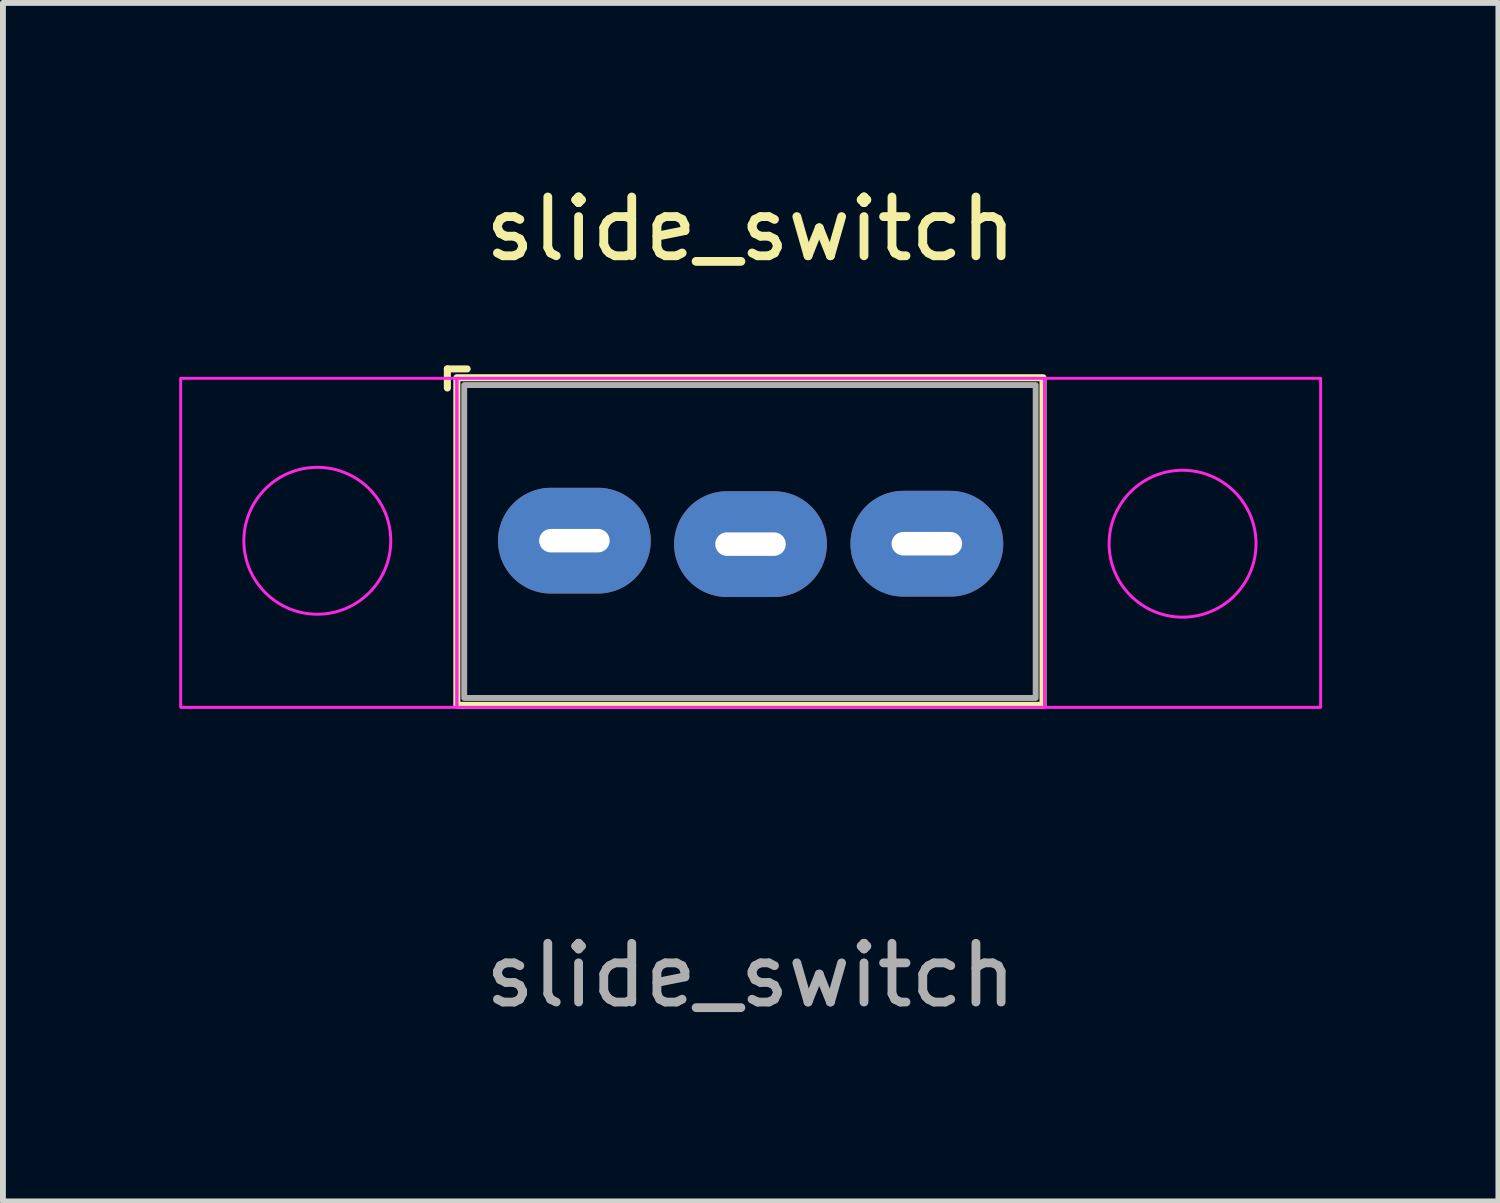
<source format=kicad_pcb>
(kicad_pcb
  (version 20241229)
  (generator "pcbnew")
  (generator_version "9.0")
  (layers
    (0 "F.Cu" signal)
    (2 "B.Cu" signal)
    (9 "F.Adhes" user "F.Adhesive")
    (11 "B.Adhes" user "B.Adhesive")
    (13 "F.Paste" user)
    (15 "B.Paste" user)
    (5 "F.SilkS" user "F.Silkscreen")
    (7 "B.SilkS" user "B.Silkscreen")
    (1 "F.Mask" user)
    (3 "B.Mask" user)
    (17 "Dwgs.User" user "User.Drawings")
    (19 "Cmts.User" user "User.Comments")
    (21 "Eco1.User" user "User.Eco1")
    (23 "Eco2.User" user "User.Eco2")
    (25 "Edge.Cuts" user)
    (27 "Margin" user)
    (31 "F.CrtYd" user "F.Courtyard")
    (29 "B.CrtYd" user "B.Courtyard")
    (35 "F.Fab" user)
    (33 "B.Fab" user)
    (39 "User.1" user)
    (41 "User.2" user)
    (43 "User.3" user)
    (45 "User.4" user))
  (footprint "slide_switch"
    (layer "F.Cu")
    (at 9.725 5.928)
    (property "Reference" "slide_switch" (at 0 -5.08 0) (unlocked yes) (layer "F.SilkS") (effects (font (size 1 1) (thickness 0.15))))
    (attr through_hole)
    (fp_line (start -5.162 -2.7) (end -5.162 -2.375) (stroke (width 0.12) (type solid)) (layer "F.SilkS"))
    (fp_line (start -5.162 -2.7) (end -4.825 -2.7) (stroke (width 0.12) (type solid)) (layer "F.SilkS"))
    (fp_rect (start -5 -2.55) (end 4.975 3.025) (stroke (width 0.12) (type solid)) (fill no) (layer "F.SilkS"))
    (fp_rect (start -9.7 -2.54) (end -5 3.06) (stroke (width 0.05) (type solid)) (fill no) (layer "F.CrtYd"))
    (fp_rect (start -5 -2.54) (end 5 3.06) (stroke (width 0.05) (type solid)) (fill no) (layer "F.CrtYd"))
    (fp_rect (start 5 -2.54) (end 9.7 3.06) (stroke (width 0.05) (type solid)) (fill no) (layer "F.CrtYd"))
    (fp_circle (center -7.375 0.225) (end -6.125 0.225) (stroke (width 0.05) (type solid)) (fill no) (layer "F.CrtYd"))
    (fp_circle (center 7.35 0.275) (end 8.6 0.275) (stroke (width 0.05) (type solid)) (fill no) (layer "F.CrtYd"))
    (fp_rect (start -4.875 -2.425) (end 4.85 2.9) (stroke (width 0.1) (type solid)) (fill no) (layer "F.Fab"))
    (fp_text user "${REFERENCE}" (at 0 7.62 0) (unlocked yes) (layer "F.Fab") (effects (font (size 1 1) (thickness 0.15))))
    (pad "1" thru_hole oval (at -3 0.223) (size 2.6 1.8) (drill oval 1.2 0.4) (layers "*.Cu" "*.Mask"))
    (pad "2" thru_hole oval (at -0.003 0.282) (size 2.6 1.8) (drill oval 1.2 0.4) (layers "*.Cu" "*.Mask"))
    (pad "3" thru_hole oval (at 2.998 0.275) (size 2.6 1.8) (drill oval 1.2 0.4) (layers "*.Cu" "*.Mask")))
  (gr_rect
    (start -3 -3)
    (end 22.45 17.396)
    (stroke (width 0.1) (type default))
    (fill no)
    (layer "Edge.Cuts")))
</source>
